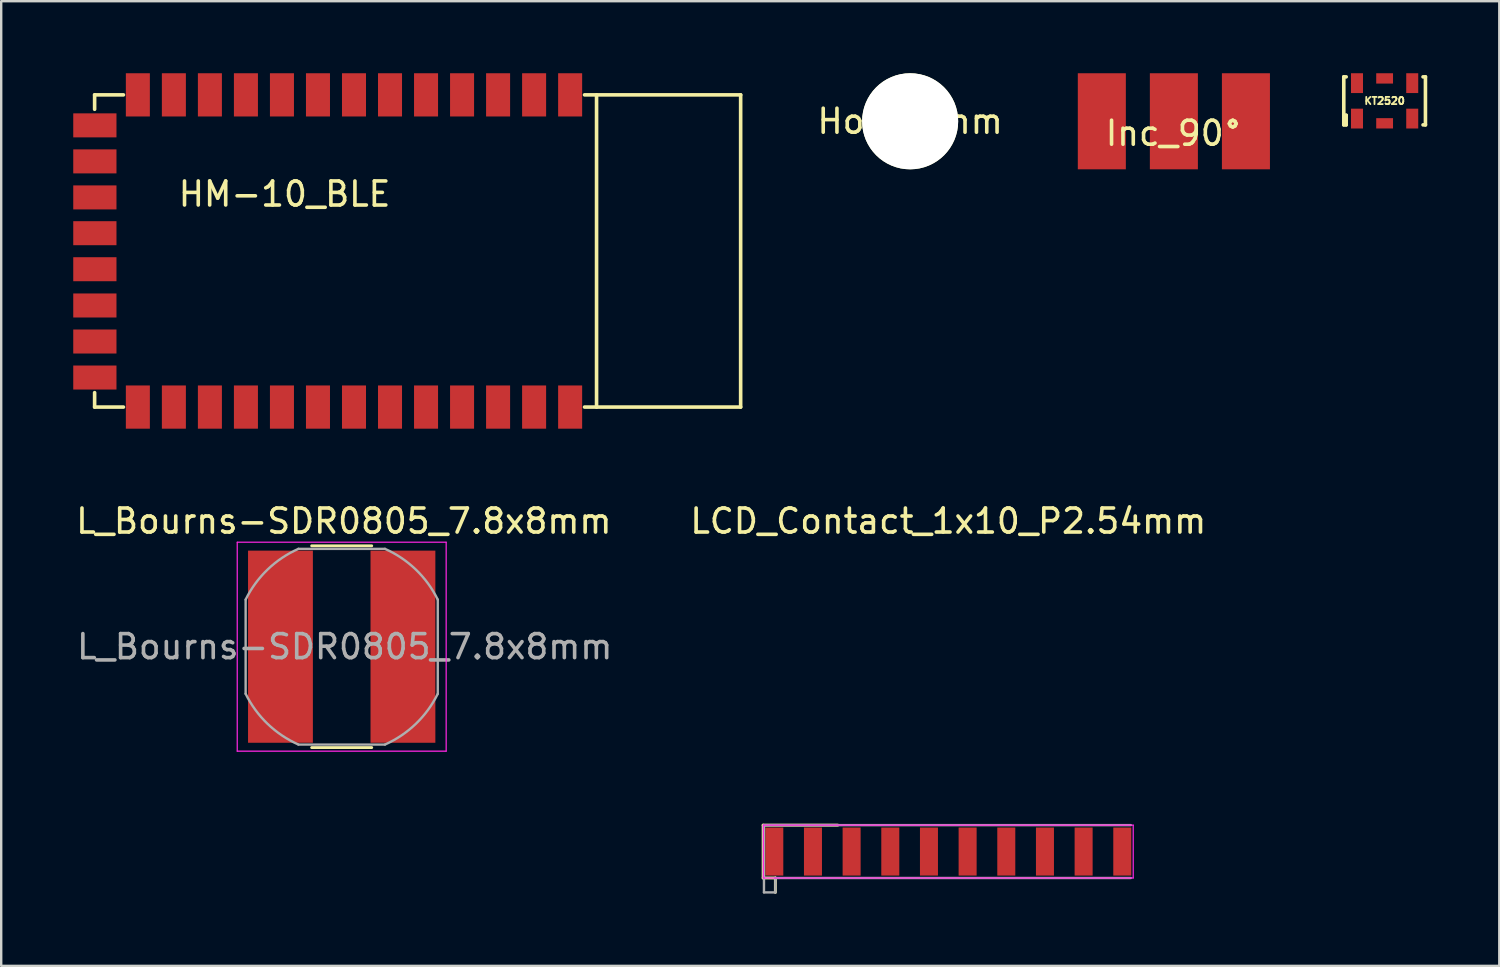
<source format=kicad_pcb>
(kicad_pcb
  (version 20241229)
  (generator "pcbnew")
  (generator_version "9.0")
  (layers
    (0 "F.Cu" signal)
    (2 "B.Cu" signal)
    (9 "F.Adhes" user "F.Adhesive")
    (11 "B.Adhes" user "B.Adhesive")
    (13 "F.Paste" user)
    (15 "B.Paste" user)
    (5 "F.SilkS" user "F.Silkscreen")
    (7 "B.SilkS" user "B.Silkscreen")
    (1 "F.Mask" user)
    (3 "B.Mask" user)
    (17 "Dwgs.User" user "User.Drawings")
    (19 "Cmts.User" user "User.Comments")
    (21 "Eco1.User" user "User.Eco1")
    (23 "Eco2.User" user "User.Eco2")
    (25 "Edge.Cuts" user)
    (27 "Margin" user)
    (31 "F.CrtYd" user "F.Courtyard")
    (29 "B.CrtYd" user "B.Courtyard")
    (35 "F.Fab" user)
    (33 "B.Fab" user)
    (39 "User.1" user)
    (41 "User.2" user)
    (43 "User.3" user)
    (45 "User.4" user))
  (footprint "KT2520"
    (layer "F.Cu")
    (at 54.604 1.15)
    (property "Reference" "KT2520" (at 0 0 0) (layer "F.SilkS") (effects (font (size 0.3 0.3) (thickness 0.075))))
    (attr through_hole)
    (fp_line (start -1.7 -1) (end -1.6 -1) (stroke (width 0.15) (type solid)) (layer "F.SilkS"))
    (fp_line (start -1.7 1) (end -1.7 -1) (stroke (width 0.15) (type solid)) (layer "F.SilkS"))
    (fp_line (start -1.6 0.6) (end -1.7 0.6) (stroke (width 0.15) (type solid)) (layer "F.SilkS"))
    (fp_line (start -1.6 1) (end -1.7 1) (stroke (width 0.15) (type solid)) (layer "F.SilkS"))
    (fp_line (start -1.6 1) (end -1.6 0.6) (stroke (width 0.15) (type solid)) (layer "F.SilkS"))
    (fp_line (start 1.6 1) (end 1.7 1) (stroke (width 0.15) (type solid)) (layer "F.SilkS"))
    (fp_line (start 1.7 -1) (end 1.6 -1) (stroke (width 0.15) (type solid)) (layer "F.SilkS"))
    (fp_line (start 1.7 1) (end 1.7 -1) (stroke (width 0.15) (type solid)) (layer "F.SilkS"))
    (pad "1" smd rect (at -1.15 0.738) (size 0.5 0.825) (layers "F.Cu" "F.Mask" "F.Paste"))
    (pad "2" smd rect (at 0 0.935) (size 0.7 0.43) (layers "F.Cu" "F.Mask" "F.Paste"))
    (pad "3" smd rect (at 1.15 0.738) (size 0.5 0.825) (layers "F.Cu" "F.Mask" "F.Paste"))
    (pad "4" smd rect (at 1.15 -0.738) (size 0.5 0.825) (layers "F.Cu" "F.Mask" "F.Paste"))
    (pad "5" smd rect (at 0 -0.935) (size 0.7 0.43) (layers "F.Cu" "F.Mask" "F.Paste"))
    (pad "6" smd rect (at -1.15 -0.738) (size 0.5 0.825) (layers "F.Cu" "F.Mask" "F.Paste")))
  (footprint "LCD_Contact_1x10_P2.54mm"
    (layer "F.Cu")
    (at 36.436 32.408)
    (property "Reference" "LCD_Contact_1x10_P2.54mm" (at 0 -13.76 0) (layer "F.SilkS") (effects (font (size 1 1) (thickness 0.15))))
    (attr smd)
    (fp_line (start -7.71 -1.1) (end -4.6 -1.1) (stroke (width 0.12) (type solid)) (layer "F.SilkS"))
    (fp_line (start -7.71 1.1) (end -7.71 -1.1) (stroke (width 0.12) (type solid)) (layer "F.SilkS"))
    (fp_line (start -7.71 1.1) (end -7.2 1.1) (stroke (width 0.12) (type solid)) (layer "F.SilkS"))
    (fp_line (start -7.2 1.1) (end -7.2 1.7) (stroke (width 0.12) (type solid)) (layer "F.SilkS"))
    (fp_line (start -7.7 -1.1) (end -7.7 1.1) (stroke (width 0.05) (type solid)) (layer "F.CrtYd"))
    (fp_line (start -7.7 1.1) (end 7.7 1.1) (stroke (width 0.05) (type solid)) (layer "F.CrtYd"))
    (fp_line (start 7.7 -1.1) (end -7.7 -1.1) (stroke (width 0.05) (type solid)) (layer "F.CrtYd"))
    (fp_line (start 7.7 1.1) (end 7.7 -1.1) (stroke (width 0.05) (type solid)) (layer "F.CrtYd"))
    (fp_line (start -7.675 -1.1) (end 7.6 -1.1) (stroke (width 0.1) (type solid)) (layer "F.Fab"))
    (fp_line (start -7.675 1.1) (end -7.675 -1.1) (stroke (width 0.1) (type solid)) (layer "F.Fab"))
    (fp_line (start -7.675 1.1) (end -7.675 1.7) (stroke (width 0.1) (type solid)) (layer "F.Fab"))
    (fp_line (start -7.675 1.7) (end -7.2 1.7) (stroke (width 0.1) (type solid)) (layer "F.Fab"))
    (fp_line (start -7.2 1.7) (end -7.2 1.1) (stroke (width 0.1) (type solid)) (layer "F.Fab"))
    (fp_line (start 7.6 1.1) (end -7.2 1.1) (stroke (width 0.1) (type solid)) (layer "F.Fab"))
    (pad "1" smd rect (at -7.245 0 90) (size 2 0.75) (layers "F.Cu" "F.Mask" "F.Paste"))
    (pad "2" smd rect (at -5.635 0 90) (size 2 0.75) (layers "F.Cu" "F.Mask" "F.Paste"))
    (pad "3" smd rect (at -4.025 0 90) (size 2 0.75) (layers "F.Cu" "F.Mask" "F.Paste"))
    (pad "4" smd rect (at -2.415 0 90) (size 2 0.75) (layers "F.Cu" "F.Mask" "F.Paste"))
    (pad "5" smd rect (at -0.805 0 90) (size 2 0.75) (layers "F.Cu" "F.Mask" "F.Paste"))
    (pad "6" smd rect (at 0.805 0 90) (size 2 0.75) (layers "F.Cu" "F.Mask" "F.Paste"))
    (pad "7" smd rect (at 2.415 0 90) (size 2 0.75) (layers "F.Cu" "F.Mask" "F.Paste"))
    (pad "8" smd rect (at 4.025 0 90) (size 2 0.75) (layers "F.Cu" "F.Mask" "F.Paste"))
    (pad "9" smd rect (at 5.635 0 90) (size 2 0.75) (layers "F.Cu" "F.Mask" "F.Paste"))
    (pad "10" smd rect (at 7.245 0 90) (size 2 0.75) (layers "F.Cu" "F.Mask" "F.Paste")))
  (footprint "Inc_90°"
    (layer "F.Cu")
    (at 45.829 2)
    (property "Reference" "Inc_90°" (at 0 0.5 0) (layer "F.SilkS") (effects (font (size 1 1) (thickness 0.15))))
    (attr through_hole)
    (pad "1" smd rect (at -3 0) (size 2 4) (layers "F.Cu" "F.Mask" "F.Paste"))
    (pad "2" smd rect (at 0 0) (size 2 4) (layers "F.Cu" "F.Mask" "F.Paste"))
    (pad "3" smd rect (at 3 0) (size 2 4) (layers "F.Cu" "F.Mask" "F.Paste")))
  (footprint "Hole_4mm"
    (layer "F.Cu")
    (at 34.847 2)
    (property "Reference" "Hole_4mm" (at 0 0 0) (layer "F.SilkS") (effects (font (size 1 1) (thickness 0.15))))
    (attr through_hole)
    (pad "" np_thru_hole circle (at 0 0) (size 4 4) (drill 4) (layers "*.Cu" "*.Mask" "F.SilkS")))
  (footprint "HM-10_BLE"
    (layer "F.Cu")
    (at 2.69 0.9)
    (property "Reference" "HM-10_BLE" (at 6.11 4.13 0) (layer "F.SilkS") (effects (font (size 1 1) (thickness 0.15))))
    (attr through_hole)
    (fp_line (start -1.8 0) (end -1.8 0.6) (stroke (width 0.15) (type solid)) (layer "F.SilkS"))
    (fp_line (start -1.8 12.4) (end -1.8 13) (stroke (width 0.15) (type solid)) (layer "F.SilkS"))
    (fp_line (start -1.8 13) (end -0.6 13) (stroke (width 0.15) (type solid)) (layer "F.SilkS"))
    (fp_line (start -0.6 0) (end -1.8 0) (stroke (width 0.15) (type solid)) (layer "F.SilkS"))
    (fp_line (start 18.6 0) (end 25.1 0) (stroke (width 0.15) (type solid)) (layer "F.SilkS"))
    (fp_line (start 19.1 0) (end 19.1 13) (stroke (width 0.15) (type solid)) (layer "F.SilkS"))
    (fp_line (start 25.1 0) (end 25.1 13) (stroke (width 0.15) (type solid)) (layer "F.SilkS"))
    (fp_line (start 25.1 13) (end 18.6 13) (stroke (width 0.15) (type solid)) (layer "F.SilkS"))
    (pad "1" smd rect (at 18 0) (size 1 1.8) (layers "F.Cu" "F.Mask" "F.Paste"))
    (pad "2" smd rect (at 16.5 0) (size 1 1.8) (layers "F.Cu" "F.Mask" "F.Paste"))
    (pad "3" smd rect (at 15 0) (size 1 1.8) (layers "F.Cu" "F.Mask" "F.Paste"))
    (pad "4" smd rect (at 13.5 0) (size 1 1.8) (layers "F.Cu" "F.Mask" "F.Paste"))
    (pad "5" smd rect (at 12 0) (size 1 1.8) (layers "F.Cu" "F.Mask" "F.Paste"))
    (pad "6" smd rect (at 10.5 0) (size 1 1.8) (layers "F.Cu" "F.Mask" "F.Paste"))
    (pad "7" smd rect (at 9 0) (size 1 1.8) (layers "F.Cu" "F.Mask" "F.Paste"))
    (pad "8" smd rect (at 7.5 0) (size 1 1.8) (layers "F.Cu" "F.Mask" "F.Paste"))
    (pad "9" smd rect (at 6 0) (size 1 1.8) (layers "F.Cu" "F.Mask" "F.Paste"))
    (pad "10" smd rect (at 4.5 0) (size 1 1.8) (layers "F.Cu" "F.Mask" "F.Paste"))
    (pad "11" smd rect (at 3 0) (size 1 1.8) (layers "F.Cu" "F.Mask" "F.Paste"))
    (pad "12" smd rect (at 1.5 0) (size 1 1.8) (layers "F.Cu" "F.Mask" "F.Paste"))
    (pad "13" smd rect (at 0 0) (size 1 1.8) (layers "F.Cu" "F.Mask" "F.Paste"))
    (pad "14" smd rect (at -1.79 1.27) (size 1.8 1) (layers "F.Cu" "F.Mask" "F.Paste"))
    (pad "15" smd rect (at -1.79 2.77) (size 1.8 1) (layers "F.Cu" "F.Mask" "F.Paste"))
    (pad "16" smd rect (at -1.79 4.27) (size 1.8 1) (layers "F.Cu" "F.Mask" "F.Paste"))
    (pad "17" smd rect (at -1.79 5.76) (size 1.8 1) (layers "F.Cu" "F.Mask" "F.Paste"))
    (pad "18" smd rect (at -1.79 7.26) (size 1.8 1) (layers "F.Cu" "F.Mask" "F.Paste"))
    (pad "19" smd rect (at -1.79 8.77) (size 1.8 1) (layers "F.Cu" "F.Mask" "F.Paste"))
    (pad "20" smd rect (at -1.79 10.27) (size 1.8 1) (layers "F.Cu" "F.Mask" "F.Paste"))
    (pad "21" smd rect (at -1.79 11.77) (size 1.8 1) (layers "F.Cu" "F.Mask" "F.Paste"))
    (pad "22" smd rect (at 0 13) (size 1 1.8) (layers "F.Cu" "F.Mask" "F.Paste"))
    (pad "23" smd rect (at 1.5 13) (size 1 1.8) (layers "F.Cu" "F.Mask" "F.Paste"))
    (pad "24" smd rect (at 3 13) (size 1 1.8) (layers "F.Cu" "F.Mask" "F.Paste"))
    (pad "25" smd rect (at 4.5 13) (size 1 1.8) (layers "F.Cu" "F.Mask" "F.Paste"))
    (pad "26" smd rect (at 6 13) (size 1 1.8) (layers "F.Cu" "F.Mask" "F.Paste"))
    (pad "27" smd rect (at 7.5 13) (size 1 1.8) (layers "F.Cu" "F.Mask" "F.Paste"))
    (pad "28" smd rect (at 9 13) (size 1 1.8) (layers "F.Cu" "F.Mask" "F.Paste"))
    (pad "29" smd rect (at 10.5 13) (size 1 1.8) (layers "F.Cu" "F.Mask" "F.Paste"))
    (pad "30" smd rect (at 12 13) (size 1 1.8) (layers "F.Cu" "F.Mask" "F.Paste"))
    (pad "31" smd rect (at 13.5 13) (size 1 1.8) (layers "F.Cu" "F.Mask" "F.Paste"))
    (pad "32" smd rect (at 15 13) (size 1 1.8) (layers "F.Cu" "F.Mask" "F.Paste"))
    (pad "33" smd rect (at 16.5 13) (size 1 1.8) (layers "F.Cu" "F.Mask" "F.Paste"))
    (pad "34" smd rect (at 18 13) (size 1 1.8) (layers "F.Cu" "F.Mask" "F.Paste")))
  (footprint "L_Bourns-SDR0805_7.8x8mm"
    (layer "F.Cu")
    (at 11.178 23.878)
    (property "Reference" "L_Bourns-SDR0805_7.8x8mm" (at 0.09 -5.23 0) (layer "F.SilkS") (effects (font (size 1 1) (thickness 0.15))))
    (attr smd)
    (fp_line (start -1.25 4.2) (end 1.25 4.2) (stroke (width 0.12) (type solid)) (layer "F.SilkS"))
    (fp_line (start 1.25 -4.2) (end -1.25 -4.2) (stroke (width 0.12) (type solid)) (layer "F.SilkS"))
    (fp_line (start -4.35 -4.35) (end -4.35 4.35) (stroke (width 0.05) (type solid)) (layer "F.CrtYd"))
    (fp_line (start -4.35 -4.35) (end 4.35 -4.35) (stroke (width 0.05) (type solid)) (layer "F.CrtYd"))
    (fp_line (start -4.35 4.35) (end 4.35 4.35) (stroke (width 0.05) (type solid)) (layer "F.CrtYd"))
    (fp_line (start 4.35 -4.35) (end 4.35 4.35) (stroke (width 0.05) (type solid)) (layer "F.CrtYd"))
    (fp_line (start -4 -1.96) (end -4 1.96) (stroke (width 0.1) (type solid)) (layer "F.Fab"))
    (fp_line (start -1.8 -4.075) (end 1.8 -4.075) (stroke (width 0.1) (type solid)) (layer "F.Fab"))
    (fp_line (start 1.8 4.075) (end -1.8 4.075) (stroke (width 0.1) (type solid)) (layer "F.Fab"))
    (fp_line (start 4 -1.96) (end 4 1.96) (stroke (width 0.1) (type solid)) (layer "F.Fab"))
    (fp_arc (start -3.99824 -1.964613) (mid -3.085179 -3.213611) (end -1.8 -4.075) (stroke (width 0.1) (type solid)) (layer "F.Fab"))
    (fp_arc (start -1.804314 4.072598) (mid -3.088411 3.209878) (end -4 1.96) (stroke (width 0.1) (type solid)) (layer "F.Fab"))
    (fp_arc (start 1.799817 -4.074587) (mid 3.086639 -3.211582) (end 4 -1.96) (stroke (width 0.1) (type solid)) (layer "F.Fab"))
    (fp_arc (start 3.99824 1.964613) (mid 3.085179 3.213611) (end 1.8 4.075) (stroke (width 0.1) (type solid)) (layer "F.Fab"))
    (fp_text user "${REFERENCE}" (at 0.127 0 0) (layer "F.Fab") (effects (font (size 1 1) (thickness 0.15))))
    (pad "1" smd rect (at -2.55 0) (size 2.7 8) (layers "F.Cu" "F.Mask" "F.Paste"))
    (pad "2" smd rect (at 2.55 0) (size 2.7 8) (layers "F.Cu" "F.Mask" "F.Paste")))
  (gr_rect
    (start -3 -3)
    (end 59.379 37.168)
    (stroke (width 0.1) (type default))
    (fill no)
    (layer "Edge.Cuts")))
</source>
